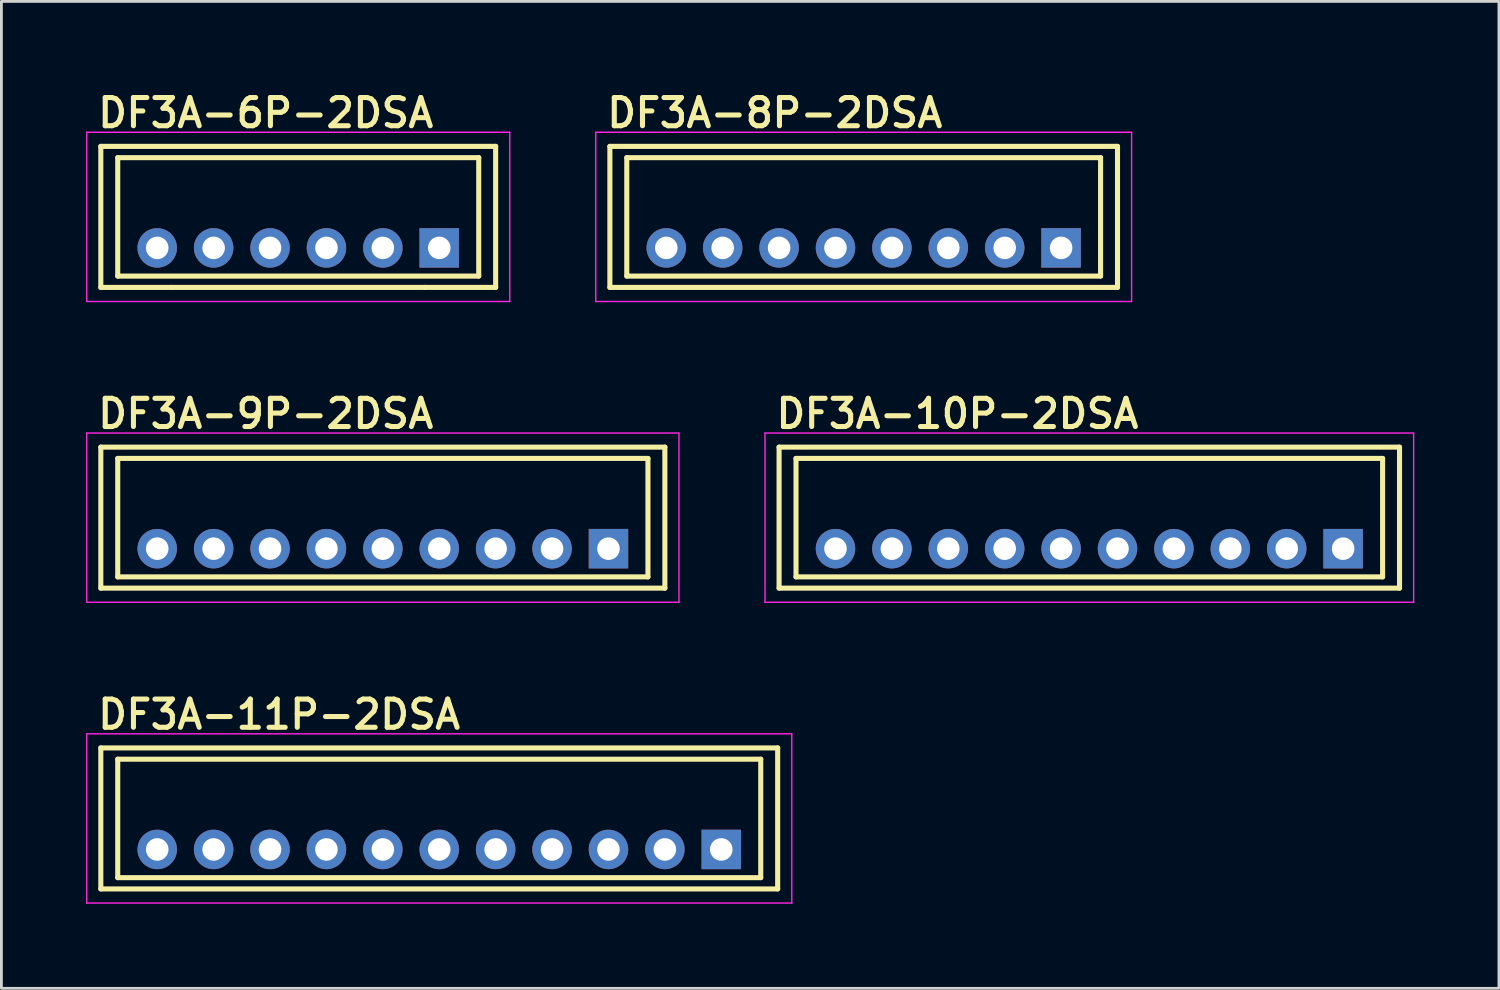
<source format=kicad_pcb>
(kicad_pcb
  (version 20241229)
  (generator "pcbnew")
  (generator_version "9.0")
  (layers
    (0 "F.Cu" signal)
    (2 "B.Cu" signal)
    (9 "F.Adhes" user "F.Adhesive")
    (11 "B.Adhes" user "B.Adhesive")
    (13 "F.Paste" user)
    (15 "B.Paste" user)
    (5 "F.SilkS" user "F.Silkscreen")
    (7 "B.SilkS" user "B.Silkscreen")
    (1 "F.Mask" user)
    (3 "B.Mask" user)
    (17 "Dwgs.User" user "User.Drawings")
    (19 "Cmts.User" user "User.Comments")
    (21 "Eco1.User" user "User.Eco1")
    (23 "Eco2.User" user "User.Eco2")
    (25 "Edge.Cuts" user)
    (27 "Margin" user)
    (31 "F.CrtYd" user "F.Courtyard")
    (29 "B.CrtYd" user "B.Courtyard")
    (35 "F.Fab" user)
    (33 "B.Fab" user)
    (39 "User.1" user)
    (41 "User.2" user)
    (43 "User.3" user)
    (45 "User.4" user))
  (footprint "DF3A-8P-2DSA"
    (layer "F.Cu")
    (at 27.575 5.74)
    (property "Reference" "DF3A-8P-2DSA" (at -9.2 -4.2 0) (layer "F.SilkS") (effects (font (size 1 1) (thickness 0.18)) (justify left bottom)))
    (attr through_hole)
    (fp_line (start -9 -3.6) (end 9 -3.6) (stroke (width 0.18) (type solid)) (layer "F.SilkS"))
    (fp_line (start -9 1.4) (end -9 -3.6) (stroke (width 0.18) (type solid)) (layer "F.SilkS"))
    (fp_line (start -8.4 -3.2) (end -8.4 1) (stroke (width 0.18) (type solid)) (layer "F.SilkS"))
    (fp_line (start -8.4 -3.2) (end 8.4 -3.2) (stroke (width 0.18) (type solid)) (layer "F.SilkS"))
    (fp_line (start -8.4 1) (end 8.4 1) (stroke (width 0.18) (type solid)) (layer "F.SilkS"))
    (fp_line (start 8.4 -3.2) (end 8.4 1) (stroke (width 0.18) (type solid)) (layer "F.SilkS"))
    (fp_line (start 9 -3.6) (end 9 1.4) (stroke (width 0.18) (type solid)) (layer "F.SilkS"))
    (fp_line (start 9 1.4) (end -9 1.4) (stroke (width 0.18) (type solid)) (layer "F.SilkS"))
    (fp_line (start -9.5 -4.1) (end 9.5 -4.1) (stroke (width 0.05) (type solid)) (layer "F.CrtYd"))
    (fp_line (start -9.5 1.9) (end -9.5 -4.1) (stroke (width 0.05) (type solid)) (layer "F.CrtYd"))
    (fp_line (start 9.5 -4.1) (end 9.5 1.9) (stroke (width 0.05) (type solid)) (layer "F.CrtYd"))
    (fp_line (start 9.5 1.9) (end -9.5 1.9) (stroke (width 0.05) (type solid)) (layer "F.CrtYd"))
    (pad "1" thru_hole rect (at 7 0) (size 1.4 1.4) (drill 0.8) (layers "*.Cu" "*.Mask"))
    (pad "2" thru_hole circle (at 5 0) (size 1.4 1.4) (drill 0.8) (layers "*.Cu" "*.Mask"))
    (pad "3" thru_hole circle (at 3 0) (size 1.4 1.4) (drill 0.8) (layers "*.Cu" "*.Mask"))
    (pad "4" thru_hole circle (at 1 0) (size 1.4 1.4) (drill 0.8) (layers "*.Cu" "*.Mask"))
    (pad "5" thru_hole circle (at -1 0) (size 1.4 1.4) (drill 0.8) (layers "*.Cu" "*.Mask"))
    (pad "6" thru_hole circle (at -3 0) (size 1.4 1.4) (drill 0.8) (layers "*.Cu" "*.Mask"))
    (pad "7" thru_hole circle (at -5 0) (size 1.4 1.4) (drill 0.8) (layers "*.Cu" "*.Mask"))
    (pad "8" thru_hole circle (at -7 0) (size 1.4 1.4) (drill 0.8) (layers "*.Cu" "*.Mask")))
  (footprint "DF3A-9P-2DSA"
    (layer "F.Cu")
    (at 10.525 16.405)
    (property "Reference" "DF3A-9P-2DSA" (at -10.2 -4.2 0) (layer "F.SilkS") (effects (font (size 1 1) (thickness 0.18)) (justify left bottom)))
    (attr through_hole)
    (fp_line (start -10 -3.6) (end 10 -3.6) (stroke (width 0.18) (type solid)) (layer "F.SilkS"))
    (fp_line (start -10 1.4) (end -10 -3.6) (stroke (width 0.18) (type solid)) (layer "F.SilkS"))
    (fp_line (start -9.4 -3.2) (end -9.4 1) (stroke (width 0.18) (type solid)) (layer "F.SilkS"))
    (fp_line (start -9.4 -3.2) (end 9.4 -3.2) (stroke (width 0.18) (type solid)) (layer "F.SilkS"))
    (fp_line (start -9.4 1) (end 9.4 1) (stroke (width 0.18) (type solid)) (layer "F.SilkS"))
    (fp_line (start 9.4 -3.2) (end 9.4 1) (stroke (width 0.18) (type solid)) (layer "F.SilkS"))
    (fp_line (start 10 -3.6) (end 10 1.4) (stroke (width 0.18) (type solid)) (layer "F.SilkS"))
    (fp_line (start 10 1.4) (end -10 1.4) (stroke (width 0.18) (type solid)) (layer "F.SilkS"))
    (fp_line (start -10.5 -4.1) (end 10.5 -4.1) (stroke (width 0.05) (type solid)) (layer "F.CrtYd"))
    (fp_line (start -10.5 1.9) (end -10.5 -4.1) (stroke (width 0.05) (type solid)) (layer "F.CrtYd"))
    (fp_line (start 10.5 -4.1) (end 10.5 1.9) (stroke (width 0.05) (type solid)) (layer "F.CrtYd"))
    (fp_line (start 10.5 1.9) (end -10.5 1.9) (stroke (width 0.05) (type solid)) (layer "F.CrtYd"))
    (pad "1" thru_hole rect (at 8 0) (size 1.4 1.4) (drill 0.8) (layers "*.Cu" "*.Mask"))
    (pad "2" thru_hole circle (at 6 0) (size 1.4 1.4) (drill 0.8) (layers "*.Cu" "*.Mask"))
    (pad "3" thru_hole circle (at 4 0) (size 1.4 1.4) (drill 0.8) (layers "*.Cu" "*.Mask"))
    (pad "4" thru_hole circle (at 2 0) (size 1.4 1.4) (drill 0.8) (layers "*.Cu" "*.Mask"))
    (pad "5" thru_hole circle (at 0 0) (size 1.4 1.4) (drill 0.8) (layers "*.Cu" "*.Mask"))
    (pad "6" thru_hole circle (at -2 0) (size 1.4 1.4) (drill 0.8) (layers "*.Cu" "*.Mask"))
    (pad "7" thru_hole circle (at -4 0) (size 1.4 1.4) (drill 0.8) (layers "*.Cu" "*.Mask"))
    (pad "8" thru_hole circle (at -6 0) (size 1.4 1.4) (drill 0.8) (layers "*.Cu" "*.Mask"))
    (pad "9" thru_hole circle (at -8 0) (size 1.4 1.4) (drill 0.8) (layers "*.Cu" "*.Mask")))
  (footprint "DF3A-10P-2DSA"
    (layer "F.Cu")
    (at 35.575 16.405)
    (property "Reference" "DF3A-10P-2DSA" (at -11.2 -4.2 0) (layer "F.SilkS") (effects (font (size 1 1) (thickness 0.18)) (justify left bottom)))
    (attr through_hole)
    (fp_line (start -11 -3.6) (end 11 -3.6) (stroke (width 0.18) (type solid)) (layer "F.SilkS"))
    (fp_line (start -11 1.4) (end -11 -3.6) (stroke (width 0.18) (type solid)) (layer "F.SilkS"))
    (fp_line (start -10.4 -3.2) (end -10.4 1) (stroke (width 0.18) (type solid)) (layer "F.SilkS"))
    (fp_line (start -10.4 -3.2) (end 10.4 -3.2) (stroke (width 0.18) (type solid)) (layer "F.SilkS"))
    (fp_line (start -10.4 1) (end 10.4 1) (stroke (width 0.18) (type solid)) (layer "F.SilkS"))
    (fp_line (start 10.4 -3.2) (end 10.4 1) (stroke (width 0.18) (type solid)) (layer "F.SilkS"))
    (fp_line (start 11 -3.6) (end 11 1.4) (stroke (width 0.18) (type solid)) (layer "F.SilkS"))
    (fp_line (start 11 1.4) (end -11 1.4) (stroke (width 0.18) (type solid)) (layer "F.SilkS"))
    (fp_line (start -11.5 -4.1) (end 11.5 -4.1) (stroke (width 0.05) (type solid)) (layer "F.CrtYd"))
    (fp_line (start -11.5 1.9) (end -11.5 -4.1) (stroke (width 0.05) (type solid)) (layer "F.CrtYd"))
    (fp_line (start 11.5 -4.1) (end 11.5 1.9) (stroke (width 0.05) (type solid)) (layer "F.CrtYd"))
    (fp_line (start 11.5 1.9) (end -11.5 1.9) (stroke (width 0.05) (type solid)) (layer "F.CrtYd"))
    (pad "1" thru_hole rect (at 9 0) (size 1.4 1.4) (drill 0.8) (layers "*.Cu" "*.Mask"))
    (pad "2" thru_hole circle (at 7 0) (size 1.4 1.4) (drill 0.8) (layers "*.Cu" "*.Mask"))
    (pad "3" thru_hole circle (at 5 0) (size 1.4 1.4) (drill 0.8) (layers "*.Cu" "*.Mask"))
    (pad "4" thru_hole circle (at 3 0) (size 1.4 1.4) (drill 0.8) (layers "*.Cu" "*.Mask"))
    (pad "5" thru_hole circle (at 1 0) (size 1.4 1.4) (drill 0.8) (layers "*.Cu" "*.Mask"))
    (pad "6" thru_hole circle (at -1 0) (size 1.4 1.4) (drill 0.8) (layers "*.Cu" "*.Mask"))
    (pad "7" thru_hole circle (at -3 0) (size 1.4 1.4) (drill 0.8) (layers "*.Cu" "*.Mask"))
    (pad "8" thru_hole circle (at -5 0) (size 1.4 1.4) (drill 0.8) (layers "*.Cu" "*.Mask"))
    (pad "9" thru_hole circle (at -7 0) (size 1.4 1.4) (drill 0.8) (layers "*.Cu" "*.Mask"))
    (pad "10" thru_hole circle (at -9 0) (size 1.4 1.4) (drill 0.8) (layers "*.Cu" "*.Mask")))
  (footprint "DF3A-6P-2DSA"
    (layer "F.Cu")
    (at 7.525 5.74)
    (property "Reference" "DF3A-6P-2DSA" (at -7.2 -4.2 0) (layer "F.SilkS") (effects (font (size 1 1) (thickness 0.18)) (justify left bottom)))
    (attr through_hole)
    (fp_line (start -7 -3.6) (end 7 -3.6) (stroke (width 0.18) (type solid)) (layer "F.SilkS"))
    (fp_line (start -7 1.4) (end -7 -3.6) (stroke (width 0.18) (type solid)) (layer "F.SilkS"))
    (fp_line (start -6.4 -3.2) (end -6.4 1) (stroke (width 0.18) (type solid)) (layer "F.SilkS"))
    (fp_line (start -6.4 -3.2) (end 6.4 -3.2) (stroke (width 0.18) (type solid)) (layer "F.SilkS"))
    (fp_line (start -6.4 1) (end 6.4 1) (stroke (width 0.18) (type solid)) (layer "F.SilkS"))
    (fp_line (start -4.5 1.4) (end -7 1.4) (stroke (width 0.18) (type solid)) (layer "F.SilkS"))
    (fp_line (start 4.5 1.4) (end -4.5 1.4) (stroke (width 0.18) (type solid)) (layer "F.SilkS"))
    (fp_line (start 6.4 -3.2) (end 6.4 1) (stroke (width 0.18) (type solid)) (layer "F.SilkS"))
    (fp_line (start 7 -3.6) (end 7 1.4) (stroke (width 0.18) (type solid)) (layer "F.SilkS"))
    (fp_line (start 7 1.4) (end 4.5 1.4) (stroke (width 0.18) (type solid)) (layer "F.SilkS"))
    (fp_line (start -7.5 -4.1) (end 7.5 -4.1) (stroke (width 0.05) (type solid)) (layer "F.CrtYd"))
    (fp_line (start -7.5 1.9) (end -7.5 -4.1) (stroke (width 0.05) (type solid)) (layer "F.CrtYd"))
    (fp_line (start 7.5 -4.1) (end 7.5 1.9) (stroke (width 0.05) (type solid)) (layer "F.CrtYd"))
    (fp_line (start 7.5 1.9) (end -7.5 1.9) (stroke (width 0.05) (type solid)) (layer "F.CrtYd"))
    (pad "1" thru_hole rect (at 5 0) (size 1.4 1.4) (drill 0.8) (layers "*.Cu" "*.Mask"))
    (pad "2" thru_hole circle (at 3 0) (size 1.4 1.4) (drill 0.8) (layers "*.Cu" "*.Mask"))
    (pad "3" thru_hole circle (at 1 0) (size 1.4 1.4) (drill 0.8) (layers "*.Cu" "*.Mask"))
    (pad "4" thru_hole circle (at -1 0) (size 1.4 1.4) (drill 0.8) (layers "*.Cu" "*.Mask"))
    (pad "5" thru_hole circle (at -3 0) (size 1.4 1.4) (drill 0.8) (layers "*.Cu" "*.Mask"))
    (pad "6" thru_hole circle (at -5 0) (size 1.4 1.4) (drill 0.8) (layers "*.Cu" "*.Mask")))
  (footprint "DF3A-11P-2DSA"
    (layer "F.Cu")
    (at 12.525 27.07)
    (property "Reference" "DF3A-11P-2DSA" (at -12.2 -4.2 0) (layer "F.SilkS") (effects (font (size 1 1) (thickness 0.18)) (justify left bottom)))
    (attr through_hole)
    (fp_line (start -12 -3.6) (end 12 -3.6) (stroke (width 0.18) (type solid)) (layer "F.SilkS"))
    (fp_line (start -12 1.4) (end -12 -3.6) (stroke (width 0.18) (type solid)) (layer "F.SilkS"))
    (fp_line (start -11.4 -3.2) (end -11.4 1) (stroke (width 0.18) (type solid)) (layer "F.SilkS"))
    (fp_line (start -11.4 -3.2) (end 11.4 -3.2) (stroke (width 0.18) (type solid)) (layer "F.SilkS"))
    (fp_line (start -11.4 1) (end 11.4 1) (stroke (width 0.18) (type solid)) (layer "F.SilkS"))
    (fp_line (start 11.4 -3.2) (end 11.4 1) (stroke (width 0.18) (type solid)) (layer "F.SilkS"))
    (fp_line (start 12 -3.6) (end 12 1.4) (stroke (width 0.18) (type solid)) (layer "F.SilkS"))
    (fp_line (start 12 1.4) (end -12 1.4) (stroke (width 0.18) (type solid)) (layer "F.SilkS"))
    (fp_line (start -12.5 -4.1) (end 12.5 -4.1) (stroke (width 0.05) (type solid)) (layer "F.CrtYd"))
    (fp_line (start -12.5 1.9) (end -12.5 -4.1) (stroke (width 0.05) (type solid)) (layer "F.CrtYd"))
    (fp_line (start 12.5 -4.1) (end 12.5 1.9) (stroke (width 0.05) (type solid)) (layer "F.CrtYd"))
    (fp_line (start 12.5 1.9) (end -12.5 1.9) (stroke (width 0.05) (type solid)) (layer "F.CrtYd"))
    (pad "1" thru_hole rect (at 10 0) (size 1.4 1.4) (drill 0.8) (layers "*.Cu" "*.Mask"))
    (pad "2" thru_hole circle (at 8 0) (size 1.4 1.4) (drill 0.8) (layers "*.Cu" "*.Mask"))
    (pad "3" thru_hole circle (at 6 0) (size 1.4 1.4) (drill 0.8) (layers "*.Cu" "*.Mask"))
    (pad "4" thru_hole circle (at 4 0) (size 1.4 1.4) (drill 0.8) (layers "*.Cu" "*.Mask"))
    (pad "5" thru_hole circle (at 2 0) (size 1.4 1.4) (drill 0.8) (layers "*.Cu" "*.Mask"))
    (pad "6" thru_hole circle (at 0 0) (size 1.4 1.4) (drill 0.8) (layers "*.Cu" "*.Mask"))
    (pad "7" thru_hole circle (at -2 0) (size 1.4 1.4) (drill 0.8) (layers "*.Cu" "*.Mask"))
    (pad "8" thru_hole circle (at -4 0) (size 1.4 1.4) (drill 0.8) (layers "*.Cu" "*.Mask"))
    (pad "9" thru_hole circle (at -6 0) (size 1.4 1.4) (drill 0.8) (layers "*.Cu" "*.Mask"))
    (pad "10" thru_hole circle (at -8 0) (size 1.4 1.4) (drill 0.8) (layers "*.Cu" "*.Mask"))
    (pad "11" thru_hole circle (at -10 0) (size 1.4 1.4) (drill 0.8) (layers "*.Cu" "*.Mask")))
  (gr_rect
    (start -3 -3)
    (end 50.1 31.995)
    (stroke (width 0.1) (type default))
    (fill no)
    (layer "Edge.Cuts")))
</source>
